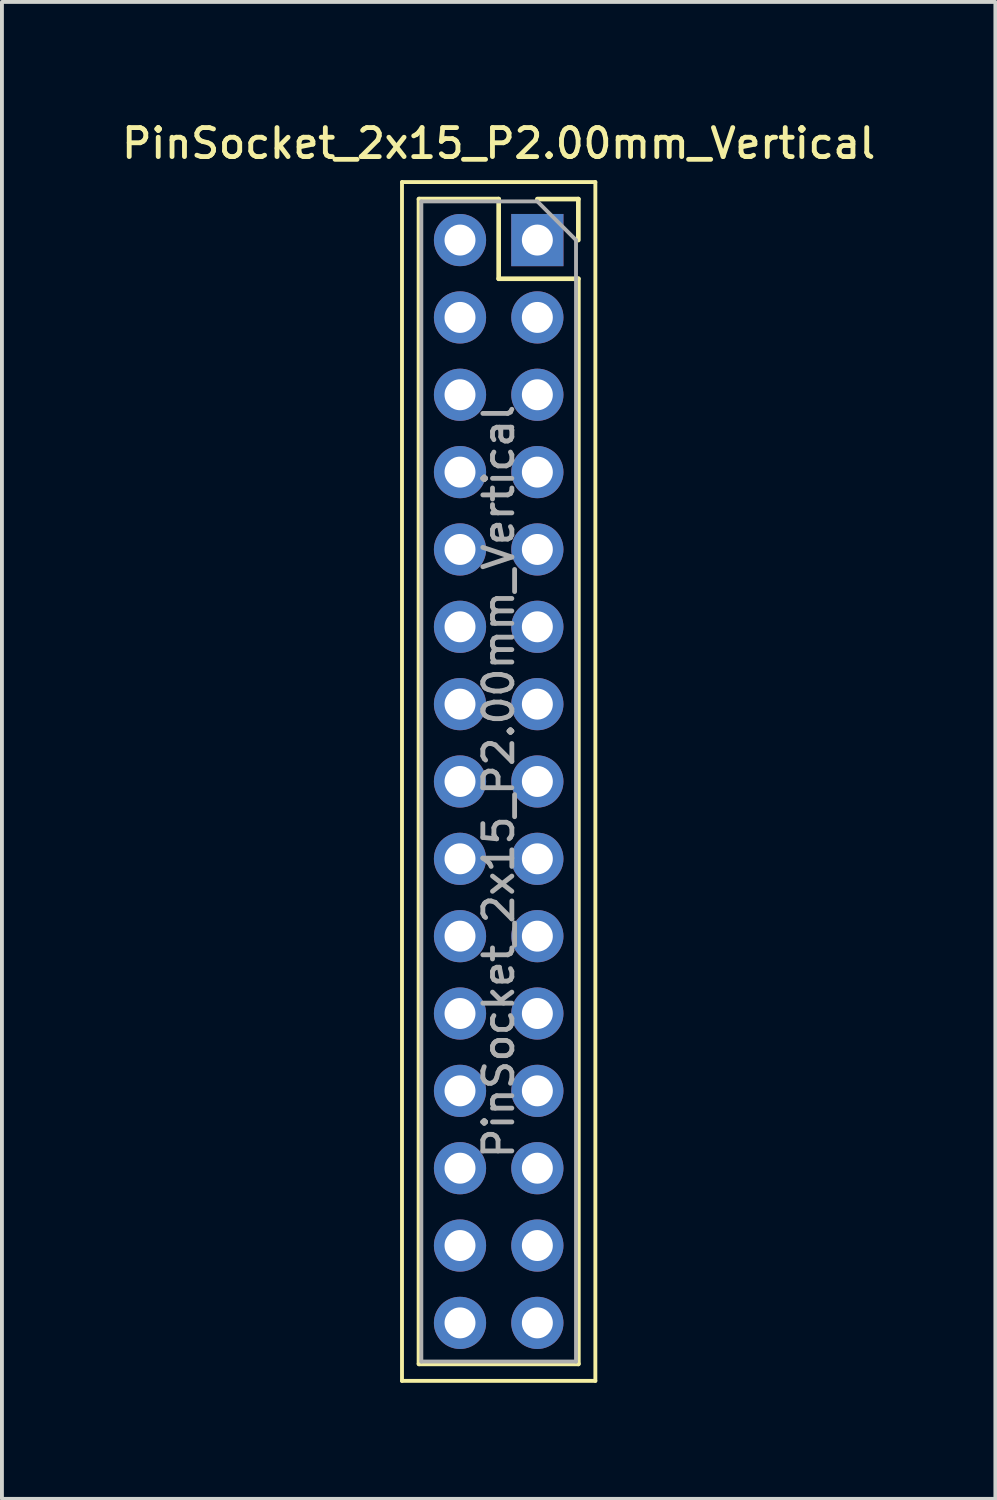
<source format=kicad_pcb>
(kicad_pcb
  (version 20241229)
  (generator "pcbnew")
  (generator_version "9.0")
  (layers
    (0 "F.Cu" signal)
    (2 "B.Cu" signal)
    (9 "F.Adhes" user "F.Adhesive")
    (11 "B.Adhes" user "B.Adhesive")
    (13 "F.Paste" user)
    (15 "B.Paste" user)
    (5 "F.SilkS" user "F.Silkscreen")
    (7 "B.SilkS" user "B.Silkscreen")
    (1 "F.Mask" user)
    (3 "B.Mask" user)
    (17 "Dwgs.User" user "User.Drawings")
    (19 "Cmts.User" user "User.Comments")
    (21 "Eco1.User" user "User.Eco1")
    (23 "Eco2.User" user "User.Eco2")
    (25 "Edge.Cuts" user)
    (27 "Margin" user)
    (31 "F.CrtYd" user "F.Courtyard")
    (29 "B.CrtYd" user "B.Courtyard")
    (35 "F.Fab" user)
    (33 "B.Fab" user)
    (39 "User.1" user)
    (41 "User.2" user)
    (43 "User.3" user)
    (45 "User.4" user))
  (footprint "PinSocket_2x15_P2.00mm_Vertical"
    (layer "F.Cu")
    (at 10.845 3.158)
    (property "Reference" "PinSocket_2x15_P2.00mm_Vertical" (at -1 -2.5 0) (layer "F.SilkS") (effects (font (size 0.75 0.75) (thickness 0.125))))
    (attr through_hole)
    (fp_line (start -3.5 -1.5) (end 1.5 -1.5) (stroke (width 0.1) (type solid)) (layer "F.SilkS"))
    (fp_line (start -3.5 29.5) (end -3.5 -1.5) (stroke (width 0.1) (type solid)) (layer "F.SilkS"))
    (fp_line (start -3.06 -1.06) (end -3.06 29.06) (stroke (width 0.12) (type solid)) (layer "F.SilkS"))
    (fp_line (start -3.06 -1.06) (end -1 -1.06) (stroke (width 0.12) (type solid)) (layer "F.SilkS"))
    (fp_line (start -3.06 29.06) (end 1.06 29.06) (stroke (width 0.12) (type solid)) (layer "F.SilkS"))
    (fp_line (start -1 -1.06) (end -1 1) (stroke (width 0.12) (type solid)) (layer "F.SilkS"))
    (fp_line (start -1 1) (end 1.06 1) (stroke (width 0.12) (type solid)) (layer "F.SilkS"))
    (fp_line (start 0 -1.06) (end 1.06 -1.06) (stroke (width 0.12) (type solid)) (layer "F.SilkS"))
    (fp_line (start 1.06 -1.06) (end 1.06 0) (stroke (width 0.12) (type solid)) (layer "F.SilkS"))
    (fp_line (start 1.06 1) (end 1.06 29.06) (stroke (width 0.12) (type solid)) (layer "F.SilkS"))
    (fp_line (start 1.5 -1.5) (end 1.5 29.5) (stroke (width 0.1) (type solid)) (layer "F.SilkS"))
    (fp_line (start 1.5 29.5) (end -3.5 29.5) (stroke (width 0.1) (type solid)) (layer "F.SilkS"))
    (fp_line (start -3 -1) (end 0 -1) (stroke (width 0.1) (type solid)) (layer "F.Fab"))
    (fp_line (start -3 29) (end -3 -1) (stroke (width 0.1) (type solid)) (layer "F.Fab"))
    (fp_line (start 0 -1) (end 1 0) (stroke (width 0.1) (type solid)) (layer "F.Fab"))
    (fp_line (start 1 0) (end 1 29) (stroke (width 0.1) (type solid)) (layer "F.Fab"))
    (fp_line (start 1 29) (end -3 29) (stroke (width 0.1) (type solid)) (layer "F.Fab"))
    (fp_text user "${REFERENCE}" (at -1 14 90) (layer "F.Fab") (effects (font (size 0.75 0.75) (thickness 0.125))))
    (pad "1" thru_hole rect (at 0 0) (size 1.35 1.35) (drill 0.8) (layers "*.Cu" "*.Mask"))
    (pad "2" thru_hole oval (at -2 0) (size 1.35 1.35) (drill 0.8) (layers "*.Cu" "*.Mask"))
    (pad "3" thru_hole oval (at 0 2) (size 1.35 1.35) (drill 0.8) (layers "*.Cu" "*.Mask"))
    (pad "4" thru_hole oval (at -2 2) (size 1.35 1.35) (drill 0.8) (layers "*.Cu" "*.Mask"))
    (pad "5" thru_hole oval (at 0 4) (size 1.35 1.35) (drill 0.8) (layers "*.Cu" "*.Mask"))
    (pad "6" thru_hole oval (at -2 4) (size 1.35 1.35) (drill 0.8) (layers "*.Cu" "*.Mask"))
    (pad "7" thru_hole oval (at 0 6) (size 1.35 1.35) (drill 0.8) (layers "*.Cu" "*.Mask"))
    (pad "8" thru_hole oval (at -2 6) (size 1.35 1.35) (drill 0.8) (layers "*.Cu" "*.Mask"))
    (pad "9" thru_hole oval (at 0 8) (size 1.35 1.35) (drill 0.8) (layers "*.Cu" "*.Mask"))
    (pad "10" thru_hole oval (at -2 8) (size 1.35 1.35) (drill 0.8) (layers "*.Cu" "*.Mask"))
    (pad "11" thru_hole oval (at 0 10) (size 1.35 1.35) (drill 0.8) (layers "*.Cu" "*.Mask"))
    (pad "12" thru_hole oval (at -2 10) (size 1.35 1.35) (drill 0.8) (layers "*.Cu" "*.Mask"))
    (pad "13" thru_hole oval (at 0 12) (size 1.35 1.35) (drill 0.8) (layers "*.Cu" "*.Mask"))
    (pad "14" thru_hole oval (at -2 12) (size 1.35 1.35) (drill 0.8) (layers "*.Cu" "*.Mask"))
    (pad "15" thru_hole oval (at 0 14) (size 1.35 1.35) (drill 0.8) (layers "*.Cu" "*.Mask"))
    (pad "16" thru_hole oval (at -2 14) (size 1.35 1.35) (drill 0.8) (layers "*.Cu" "*.Mask"))
    (pad "17" thru_hole oval (at 0 16) (size 1.35 1.35) (drill 0.8) (layers "*.Cu" "*.Mask"))
    (pad "18" thru_hole oval (at -2 16) (size 1.35 1.35) (drill 0.8) (layers "*.Cu" "*.Mask"))
    (pad "19" thru_hole oval (at 0 18) (size 1.35 1.35) (drill 0.8) (layers "*.Cu" "*.Mask"))
    (pad "20" thru_hole oval (at -2 18) (size 1.35 1.35) (drill 0.8) (layers "*.Cu" "*.Mask"))
    (pad "21" thru_hole oval (at 0 20) (size 1.35 1.35) (drill 0.8) (layers "*.Cu" "*.Mask"))
    (pad "22" thru_hole oval (at -2 20) (size 1.35 1.35) (drill 0.8) (layers "*.Cu" "*.Mask"))
    (pad "23" thru_hole oval (at 0 22) (size 1.35 1.35) (drill 0.8) (layers "*.Cu" "*.Mask"))
    (pad "24" thru_hole oval (at -2 22) (size 1.35 1.35) (drill 0.8) (layers "*.Cu" "*.Mask"))
    (pad "25" thru_hole oval (at 0 24) (size 1.35 1.35) (drill 0.8) (layers "*.Cu" "*.Mask"))
    (pad "26" thru_hole oval (at -2 24) (size 1.35 1.35) (drill 0.8) (layers "*.Cu" "*.Mask"))
    (pad "27" thru_hole oval (at 0 26) (size 1.35 1.35) (drill 0.8) (layers "*.Cu" "*.Mask"))
    (pad "28" thru_hole oval (at -2 26) (size 1.35 1.35) (drill 0.8) (layers "*.Cu" "*.Mask"))
    (pad "29" thru_hole oval (at 0 28) (size 1.35 1.35) (drill 0.8) (layers "*.Cu" "*.Mask"))
    (pad "30" thru_hole oval (at -2 28) (size 1.35 1.35) (drill 0.8) (layers "*.Cu" "*.Mask")))
  (gr_rect
    (start -3 -3)
    (end 22.689 35.708)
    (stroke (width 0.1) (type default))
    (fill no)
    (layer "Edge.Cuts")))
</source>
